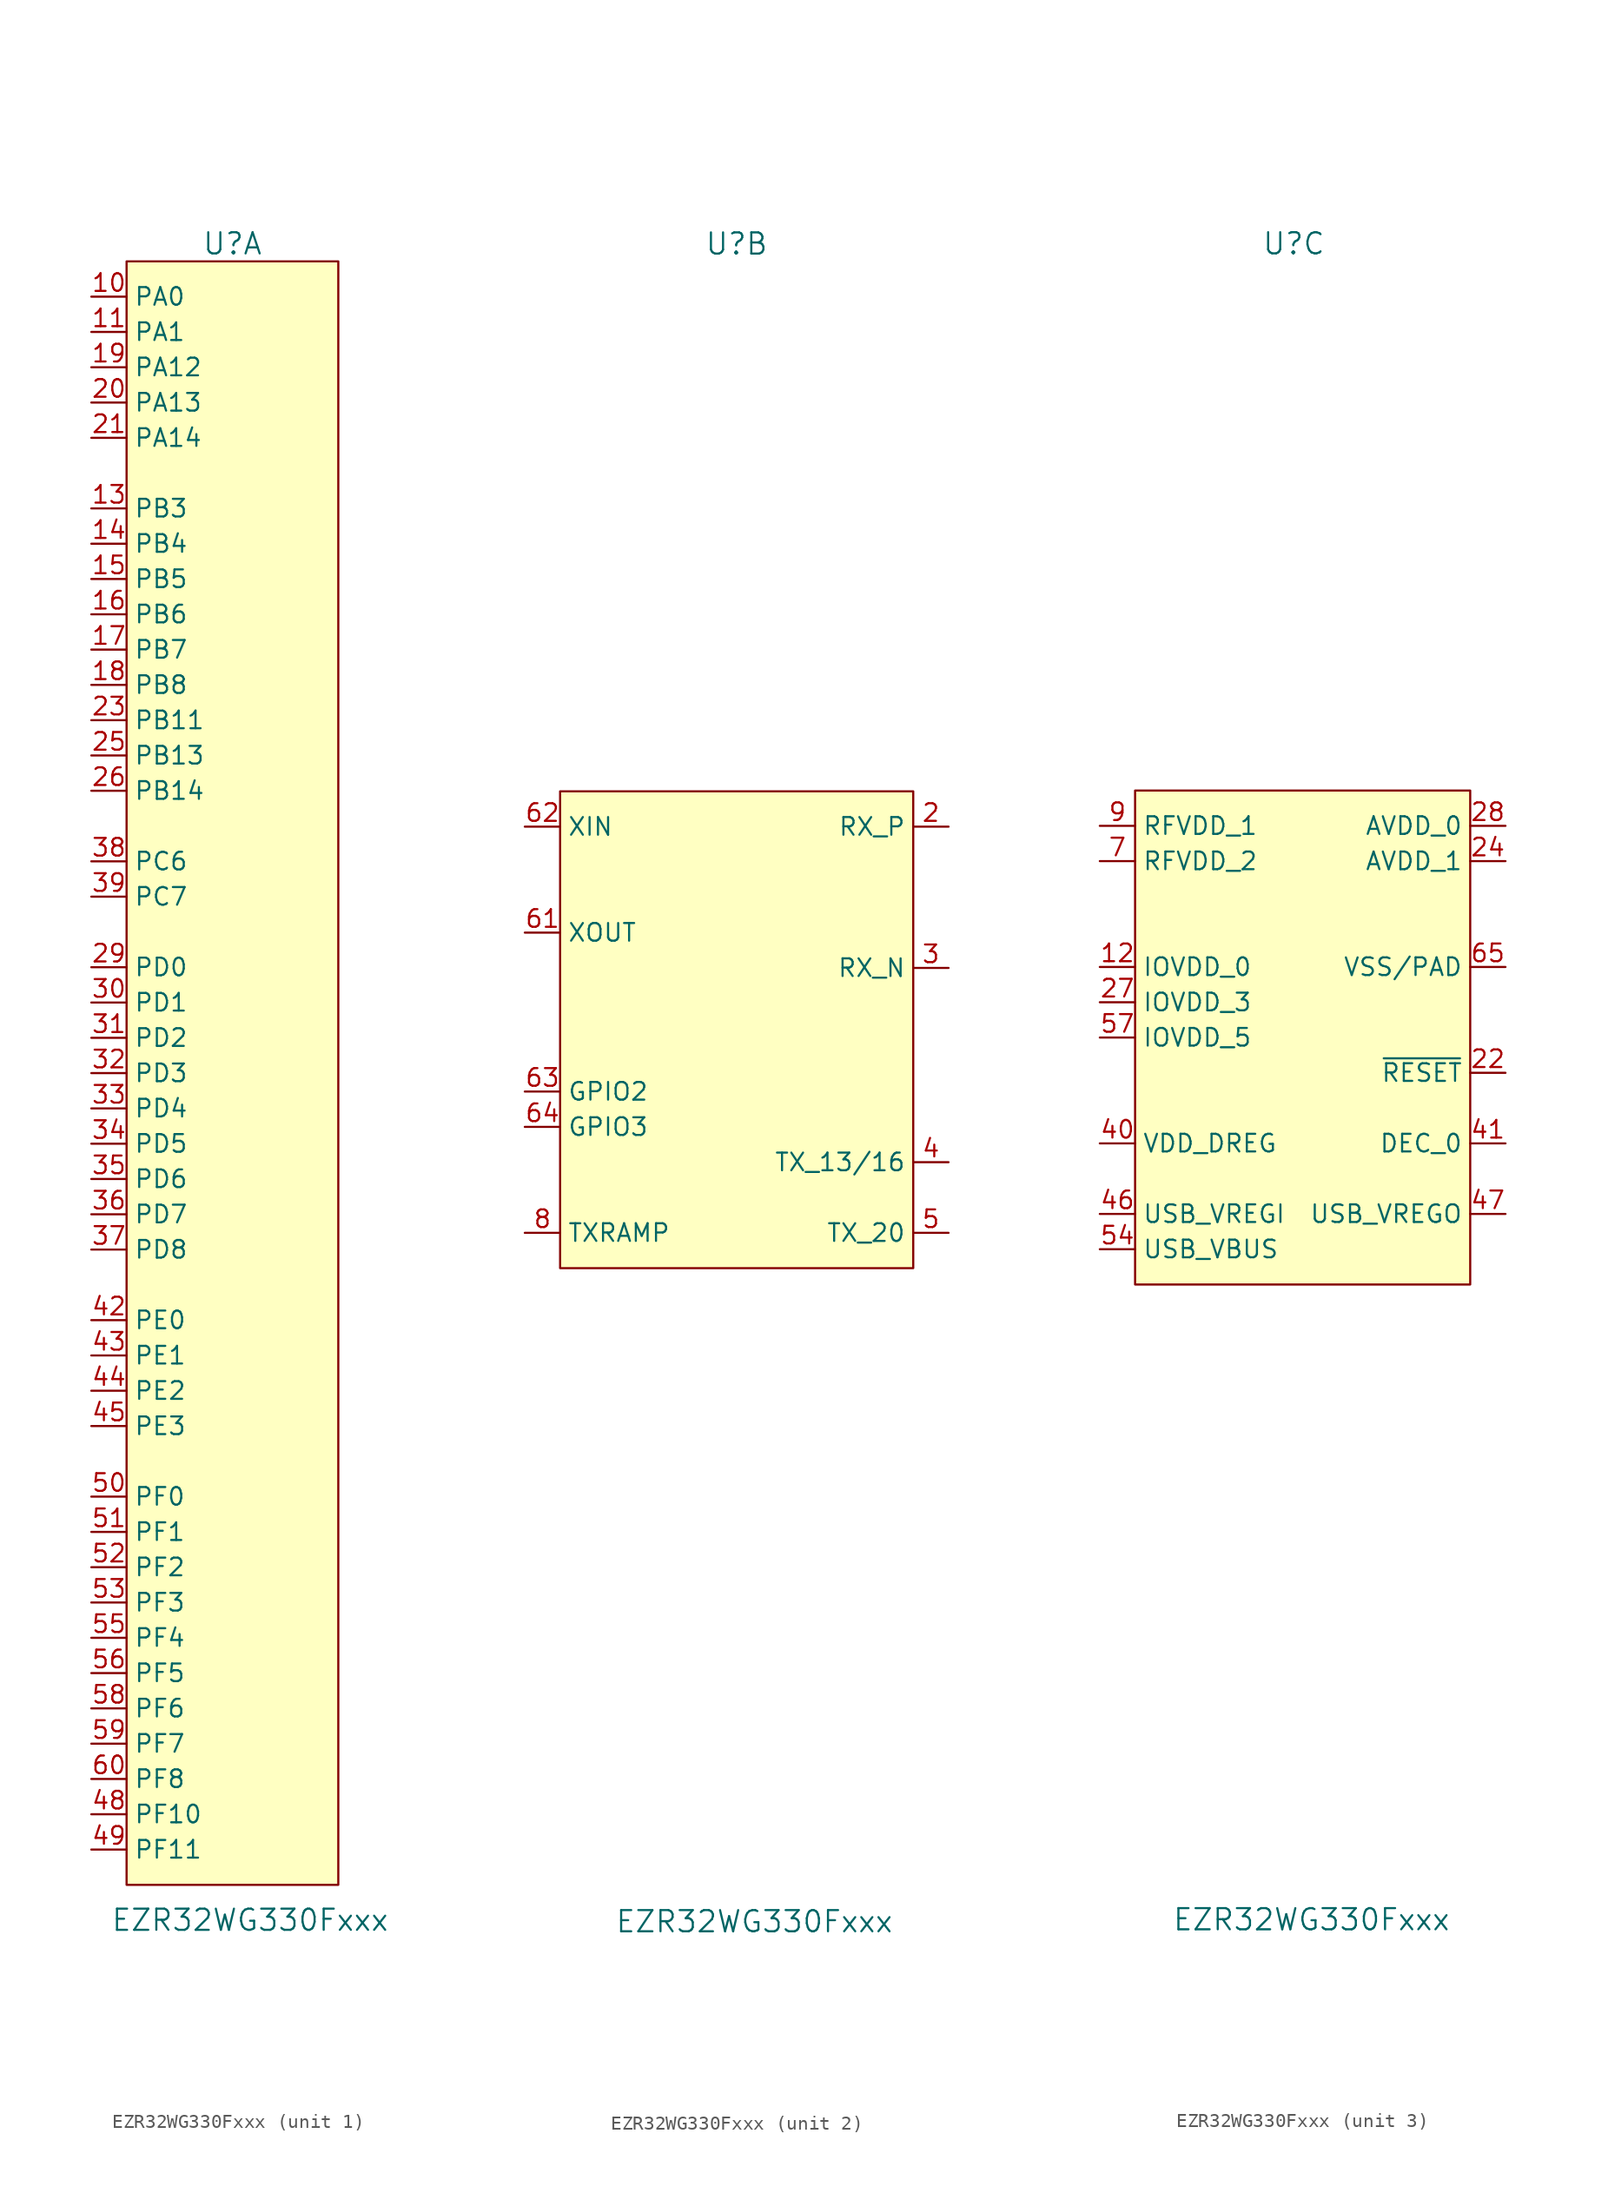
<source format=kicad_sym>
(kicad_symbol_lib
  (version 20220914)
  (generator kicad_symbol_editor)
  (symbol "EZR32WG330Fxxx"
    (property "Reference" "U"
      (at 0 57.15 0)
      (effects (font (size 1.524 1.524))))
    (property "Value" "EZR32WG330Fxxx"
      (at 1.27 -63.5 0)
      (effects (font (size 1.524 1.524))))
    (property "Footprint" ""
      (at 1.27 -5.08 0)
      (effects (font (size 1.524 1.524))))
    (property "Datasheet" ""
      (at 1.27 -5.08 0)
      (effects (font (size 1.524 1.524))))
    (property "ki_locked" ""
      (at 0 0 0)
      (effects (font (size 1.27 1.27))))
    (symbol "EZR32WG330Fxxx_1_1"
      (rectangle (start -7.62 55.88) (end 7.62 -60.96) (stroke (width 0) (type default)) (fill (type background)))
      (pin tri_state line (at -10.16 53.34 0) (length 2.54) (name "PA0" (effects (font (size 1.27 1.27)))) (number "10" (effects (font (size 1.27 1.27)))))
      (pin tri_state line (at -10.16 50.8 0) (length 2.54) (name "PA1" (effects (font (size 1.27 1.27)))) (number "11" (effects (font (size 1.27 1.27)))))
      (pin tri_state line (at -10.16 38.1 0) (length 2.54) (name "PB3" (effects (font (size 1.27 1.27)))) (number "13" (effects (font (size 1.27 1.27)))))
      (pin tri_state line (at -10.16 35.56 0) (length 2.54) (name "PB4" (effects (font (size 1.27 1.27)))) (number "14" (effects (font (size 1.27 1.27)))))
      (pin tri_state line (at -10.16 33.02 0) (length 2.54) (name "PB5" (effects (font (size 1.27 1.27)))) (number "15" (effects (font (size 1.27 1.27)))))
      (pin tri_state line (at -10.16 30.48 0) (length 2.54) (name "PB6" (effects (font (size 1.27 1.27)))) (number "16" (effects (font (size 1.27 1.27)))))
      (pin tri_state line (at -10.16 27.94 0) (length 2.54) (name "PB7" (effects (font (size 1.27 1.27)))) (number "17" (effects (font (size 1.27 1.27)))))
      (pin tri_state line (at -10.16 25.4 0) (length 2.54) (name "PB8" (effects (font (size 1.27 1.27)))) (number "18" (effects (font (size 1.27 1.27)))))
      (pin tri_state line (at -10.16 48.26 0) (length 2.54) (name "PA12" (effects (font (size 1.27 1.27)))) (number "19" (effects (font (size 1.27 1.27)))))
      (pin tri_state line (at -10.16 45.72 0) (length 2.54) (name "PA13" (effects (font (size 1.27 1.27)))) (number "20" (effects (font (size 1.27 1.27)))))
      (pin tri_state line (at -10.16 43.18 0) (length 2.54) (name "PA14" (effects (font (size 1.27 1.27)))) (number "21" (effects (font (size 1.27 1.27)))))
      (pin tri_state line (at -10.16 22.86 0) (length 2.54) (name "PB11" (effects (font (size 1.27 1.27)))) (number "23" (effects (font (size 1.27 1.27)))))
      (pin tri_state line (at -10.16 20.32 0) (length 2.54) (name "PB13" (effects (font (size 1.27 1.27)))) (number "25" (effects (font (size 1.27 1.27)))))
      (pin tri_state line (at -10.16 17.78 0) (length 2.54) (name "PB14" (effects (font (size 1.27 1.27)))) (number "26" (effects (font (size 1.27 1.27)))))
      (pin tri_state line (at -10.16 5.08 0) (length 2.54) (name "PD0" (effects (font (size 1.27 1.27)))) (number "29" (effects (font (size 1.27 1.27)))))
      (pin tri_state line (at -10.16 2.54 0) (length 2.54) (name "PD1" (effects (font (size 1.27 1.27)))) (number "30" (effects (font (size 1.27 1.27)))))
      (pin tri_state line (at -10.16 0 0) (length 2.54) (name "PD2" (effects (font (size 1.27 1.27)))) (number "31" (effects (font (size 1.27 1.27)))))
      (pin tri_state line (at -10.16 -2.54 0) (length 2.54) (name "PD3" (effects (font (size 1.27 1.27)))) (number "32" (effects (font (size 1.27 1.27)))))
      (pin tri_state line (at -10.16 -5.08 0) (length 2.54) (name "PD4" (effects (font (size 1.27 1.27)))) (number "33" (effects (font (size 1.27 1.27)))))
      (pin tri_state line (at -10.16 -7.62 0) (length 2.54) (name "PD5" (effects (font (size 1.27 1.27)))) (number "34" (effects (font (size 1.27 1.27)))))
      (pin tri_state line (at -10.16 -10.16 0) (length 2.54) (name "PD6" (effects (font (size 1.27 1.27)))) (number "35" (effects (font (size 1.27 1.27)))))
      (pin tri_state line (at -10.16 -12.7 0) (length 2.54) (name "PD7" (effects (font (size 1.27 1.27)))) (number "36" (effects (font (size 1.27 1.27)))))
      (pin tri_state line (at -10.16 -15.24 0) (length 2.54) (name "PD8" (effects (font (size 1.27 1.27)))) (number "37" (effects (font (size 1.27 1.27)))))
      (pin tri_state line (at -10.16 12.7 0) (length 2.54) (name "PC6" (effects (font (size 1.27 1.27)))) (number "38" (effects (font (size 1.27 1.27)))))
      (pin tri_state line (at -10.16 10.16 0) (length 2.54) (name "PC7" (effects (font (size 1.27 1.27)))) (number "39" (effects (font (size 1.27 1.27)))))
      (pin tri_state line (at -10.16 -20.32 0) (length 2.54) (name "PE0" (effects (font (size 1.27 1.27)))) (number "42" (effects (font (size 1.27 1.27)))))
      (pin tri_state line (at -10.16 -22.86 0) (length 2.54) (name "PE1" (effects (font (size 1.27 1.27)))) (number "43" (effects (font (size 1.27 1.27)))))
      (pin tri_state line (at -10.16 -25.4 0) (length 2.54) (name "PE2" (effects (font (size 1.27 1.27)))) (number "44" (effects (font (size 1.27 1.27)))))
      (pin tri_state line (at -10.16 -27.94 0) (length 2.54) (name "PE3" (effects (font (size 1.27 1.27)))) (number "45" (effects (font (size 1.27 1.27)))))
      (pin tri_state line (at -10.16 -55.88 0) (length 2.54) (name "PF10" (effects (font (size 1.27 1.27)))) (number "48" (effects (font (size 1.27 1.27)))))
      (pin tri_state line (at -10.16 -58.42 0) (length 2.54) (name "PF11" (effects (font (size 1.27 1.27)))) (number "49" (effects (font (size 1.27 1.27)))))
      (pin tri_state line (at -10.16 -33.02 0) (length 2.54) (name "PF0" (effects (font (size 1.27 1.27)))) (number "50" (effects (font (size 1.27 1.27)))))
      (pin tri_state line (at -10.16 -35.56 0) (length 2.54) (name "PF1" (effects (font (size 1.27 1.27)))) (number "51" (effects (font (size 1.27 1.27)))))
      (pin tri_state line (at -10.16 -38.1 0) (length 2.54) (name "PF2" (effects (font (size 1.27 1.27)))) (number "52" (effects (font (size 1.27 1.27)))))
      (pin tri_state line (at -10.16 -40.64 0) (length 2.54) (name "PF3" (effects (font (size 1.27 1.27)))) (number "53" (effects (font (size 1.27 1.27)))))
      (pin tri_state line (at -10.16 -43.18 0) (length 2.54) (name "PF4" (effects (font (size 1.27 1.27)))) (number "55" (effects (font (size 1.27 1.27)))))
      (pin tri_state line (at -10.16 -45.72 0) (length 2.54) (name "PF5" (effects (font (size 1.27 1.27)))) (number "56" (effects (font (size 1.27 1.27)))))
      (pin tri_state line (at -10.16 -48.26 0) (length 2.54) (name "PF6" (effects (font (size 1.27 1.27)))) (number "58" (effects (font (size 1.27 1.27)))))
      (pin tri_state line (at -10.16 -50.8 0) (length 2.54) (name "PF7" (effects (font (size 1.27 1.27)))) (number "59" (effects (font (size 1.27 1.27)))))
      (pin tri_state line (at -10.16 -53.34 0) (length 2.54) (name "PF8" (effects (font (size 1.27 1.27)))) (number "60" (effects (font (size 1.27 1.27))))))
    (symbol "EZR32WG330Fxxx_2_1"
      (rectangle (start -12.7 -16.51) (end 12.7 17.78) (stroke (width 0) (type default)) (fill (type background)))
      (pin passive line (at 15.24 15.24 180) (length 2.54) (name "RX_P" (effects (font (size 1.27 1.27)))) (number "2" (effects (font (size 1.27 1.27)))))
      (pin passive line (at 15.24 5.08 180) (length 2.54) (name "RX_N" (effects (font (size 1.27 1.27)))) (number "3" (effects (font (size 1.27 1.27)))))
      (pin open_collector line (at 15.24 -8.89 180) (length 2.54) (name "TX_13/16" (effects (font (size 1.27 1.27)))) (number "4" (effects (font (size 1.27 1.27)))))
      (pin open_collector line (at 15.24 -13.97 180) (length 2.54) (name "TX_20" (effects (font (size 1.27 1.27)))) (number "5" (effects (font (size 1.27 1.27)))))
      (pin output line (at -15.24 7.62 0) (length 2.54) (name "XOUT" (effects (font (size 1.27 1.27)))) (number "61" (effects (font (size 1.27 1.27)))))
      (pin input line (at -15.24 15.24 0) (length 2.54) (name "XIN" (effects (font (size 1.27 1.27)))) (number "62" (effects (font (size 1.27 1.27)))))
      (pin bidirectional line (at -15.24 -3.81 0) (length 2.54) (name "GPIO2" (effects (font (size 1.27 1.27)))) (number "63" (effects (font (size 1.27 1.27)))))
      (pin bidirectional line (at -15.24 -6.35 0) (length 2.54) (name "GPIO3" (effects (font (size 1.27 1.27)))) (number "64" (effects (font (size 1.27 1.27)))))
      (pin passive line (at -15.24 -13.97 0) (length 2.54) (name "TXRAMP" (effects (font (size 1.27 1.27)))) (number "8" (effects (font (size 1.27 1.27))))))
    (symbol "EZR32WG330Fxxx_3_1"
      (rectangle (start -11.43 -17.78) (end 12.7 17.78) (stroke (width 0) (type default)) (fill (type background)))
      (pin power_in line (at -13.97 5.08 0) (length 2.54) (name "IOVDD_0" (effects (font (size 1.27 1.27)))) (number "12" (effects (font (size 1.27 1.27)))))
      (pin input line (at 15.24 -2.54 180) (length 2.54) (name "~{RESET}" (effects (font (size 1.27 1.27)))) (number "22" (effects (font (size 1.27 1.27)))))
      (pin power_in line (at 15.24 12.7 180) (length 2.54) (name "AVDD_1" (effects (font (size 1.27 1.27)))) (number "24" (effects (font (size 1.27 1.27)))))
      (pin power_in line (at -13.97 2.54 0) (length 2.54) (name "IOVDD_3" (effects (font (size 1.27 1.27)))) (number "27" (effects (font (size 1.27 1.27)))))
      (pin power_in line (at 15.24 15.24 180) (length 2.54) (name "AVDD_0" (effects (font (size 1.27 1.27)))) (number "28" (effects (font (size 1.27 1.27)))))
      (pin power_in line (at -13.97 -7.62 0) (length 2.54) (name "VDD_DREG" (effects (font (size 1.27 1.27)))) (number "40" (effects (font (size 1.27 1.27)))))
      (pin power_out line (at 15.24 -7.62 180) (length 2.54) (name "DEC_0" (effects (font (size 1.27 1.27)))) (number "41" (effects (font (size 1.27 1.27)))))
      (pin power_in line (at -13.97 -12.7 0) (length 2.54) (name "USB_VREGI" (effects (font (size 1.27 1.27)))) (number "46" (effects (font (size 1.27 1.27)))))
      (pin power_out line (at 15.24 -12.7 180) (length 2.54) (name "USB_VREGO" (effects (font (size 1.27 1.27)))) (number "47" (effects (font (size 1.27 1.27)))))
      (pin input line (at -13.97 -15.24 0) (length 2.54) (name "USB_VBUS" (effects (font (size 1.27 1.27)))) (number "54" (effects (font (size 1.27 1.27)))))
      (pin power_in line (at -13.97 0 0) (length 2.54) (name "IOVDD_5" (effects (font (size 1.27 1.27)))) (number "57" (effects (font (size 1.27 1.27)))))
      (pin power_in line (at 15.24 5.08 180) (length 2.54) (name "VSS/PAD" (effects (font (size 1.27 1.27)))) (number "65" (effects (font (size 1.27 1.27)))))
      (pin power_in line (at -13.97 12.7 0) (length 2.54) (name "RFVDD_2" (effects (font (size 1.27 1.27)))) (number "7" (effects (font (size 1.27 1.27)))))
      (pin power_in line (at -13.97 15.24 0) (length 2.54) (name "RFVDD_1" (effects (font (size 1.27 1.27)))) (number "9" (effects (font (size 1.27 1.27))))))))
</source>
